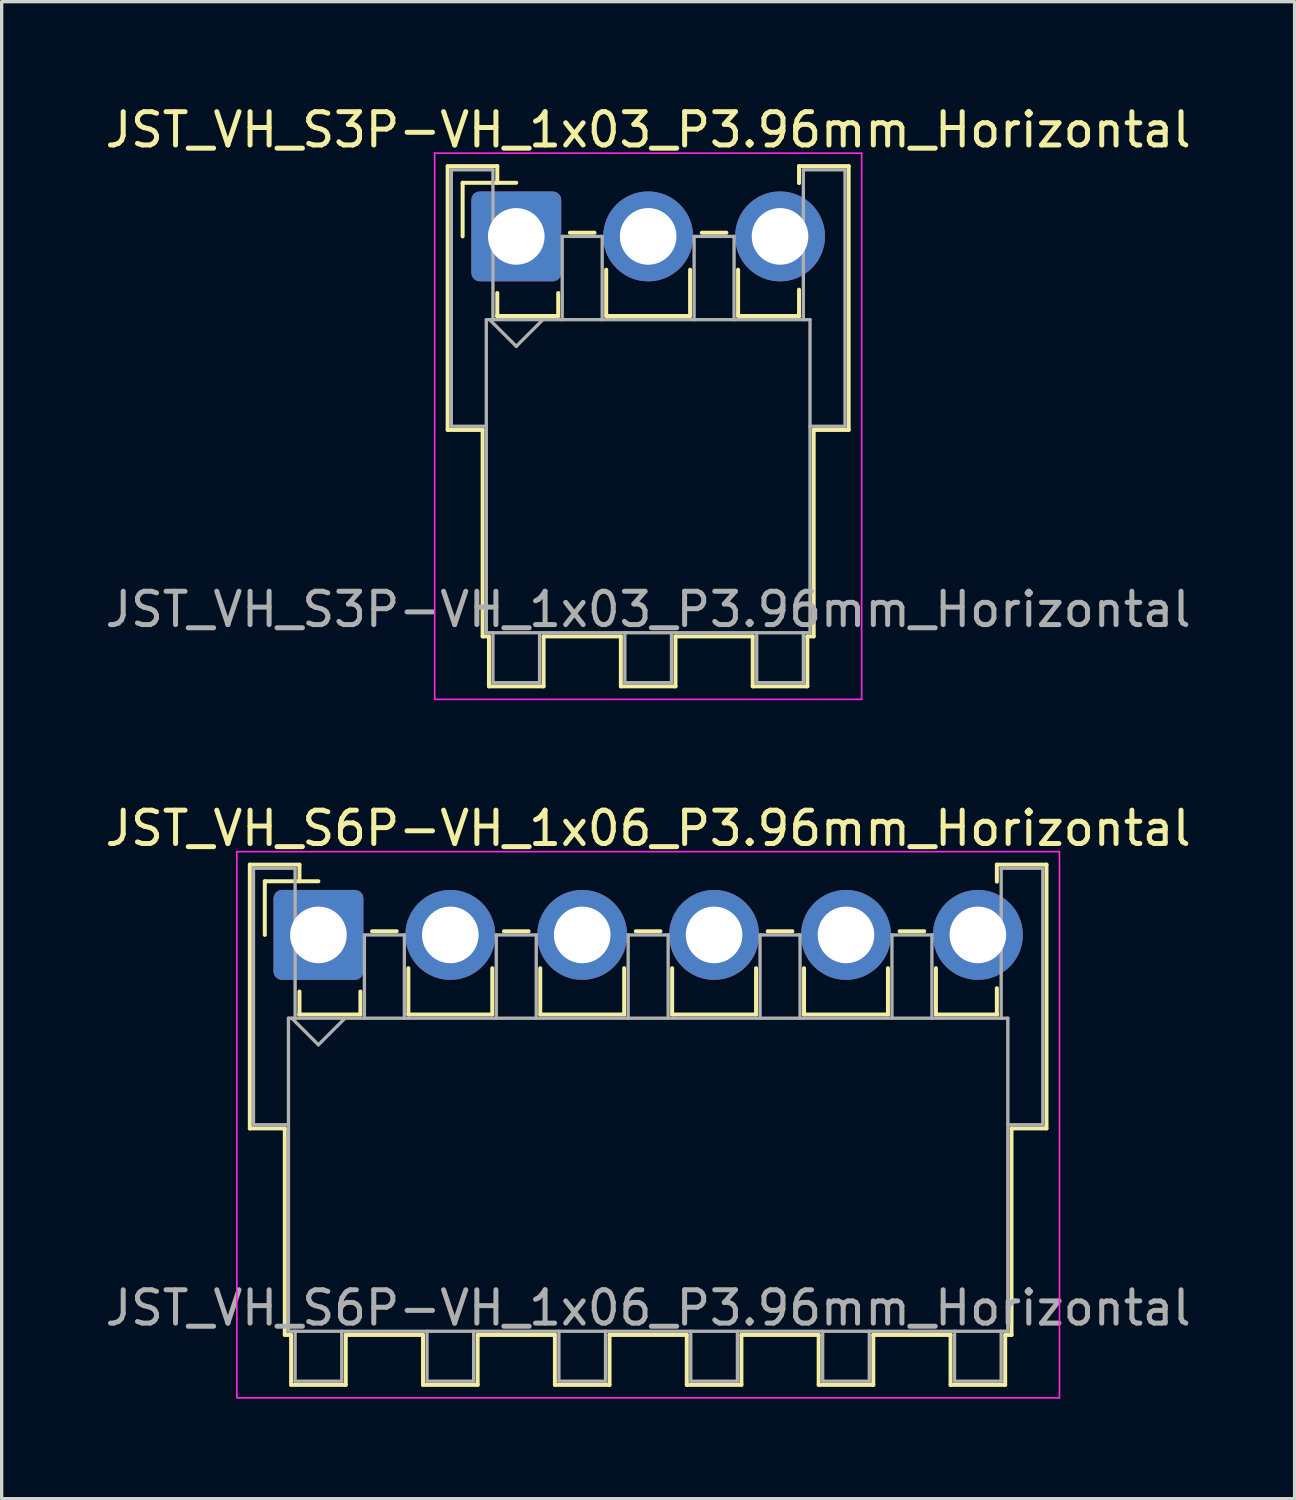
<source format=kicad_pcb>
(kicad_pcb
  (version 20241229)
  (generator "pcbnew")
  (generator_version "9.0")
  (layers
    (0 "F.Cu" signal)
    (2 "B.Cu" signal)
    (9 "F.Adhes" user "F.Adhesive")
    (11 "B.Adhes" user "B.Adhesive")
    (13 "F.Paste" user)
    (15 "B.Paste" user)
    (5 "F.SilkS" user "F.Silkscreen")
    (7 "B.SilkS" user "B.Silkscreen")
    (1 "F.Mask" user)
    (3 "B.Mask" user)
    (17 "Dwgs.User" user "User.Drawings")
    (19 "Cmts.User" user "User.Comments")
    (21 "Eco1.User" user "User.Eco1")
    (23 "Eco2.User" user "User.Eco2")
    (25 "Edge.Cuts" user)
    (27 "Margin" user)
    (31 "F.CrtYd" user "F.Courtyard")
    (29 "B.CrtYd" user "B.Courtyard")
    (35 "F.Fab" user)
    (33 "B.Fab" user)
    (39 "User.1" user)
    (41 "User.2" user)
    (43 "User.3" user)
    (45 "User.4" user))
  (footprint "JST_VH_S6P-VH_1x06_P3.96mm_Horizontal"
    (layer "F.Cu")
    (at 6.511 25.021)
    (property "Reference" "JST_VH_S6P-VH_1x06_P3.96mm_Horizontal" (at 9.9 -3.2 0) (layer "F.SilkS") (effects (font (size 1 1) (thickness 0.15))))
    (attr through_hole)
    (fp_line (start -2.06 -2.11) (end -0.57 -2.11) (stroke (width 0.12) (type solid)) (layer "F.SilkS"))
    (fp_line (start -2.06 5.81) (end -2.06 -2.11) (stroke (width 0.12) (type solid)) (layer "F.SilkS"))
    (fp_line (start -1.61 -1.61) (end -1.61 0) (stroke (width 0.12) (type solid)) (layer "F.SilkS"))
    (fp_line (start -1.01 5.81) (end -2.06 5.81) (stroke (width 0.12) (type solid)) (layer "F.SilkS"))
    (fp_line (start -1.01 5.81) (end -1.01 12.01) (stroke (width 0.12) (type solid)) (layer "F.SilkS"))
    (fp_line (start -1.01 12.01) (end -0.82 12.01) (stroke (width 0.12) (type solid)) (layer "F.SilkS"))
    (fp_line (start -0.82 12.01) (end -0.82 13.51) (stroke (width 0.12) (type solid)) (layer "F.SilkS"))
    (fp_line (start -0.82 13.51) (end 0.82 13.51) (stroke (width 0.12) (type solid)) (layer "F.SilkS"))
    (fp_line (start -0.58 2.39) (end 1.26 2.39) (stroke (width 0.12) (type solid)) (layer "F.SilkS"))
    (fp_line (start -0.57 -2.11) (end -0.57 -1.61) (stroke (width 0.12) (type solid)) (layer "F.SilkS"))
    (fp_line (start -0.57 1.7) (end -0.57 2.39) (stroke (width 0.12) (type solid)) (layer "F.SilkS"))
    (fp_line (start 0 -1.61) (end -1.61 -1.61) (stroke (width 0.12) (type solid)) (layer "F.SilkS"))
    (fp_line (start 0.82 12.01) (end 3.14 12.01) (stroke (width 0.12) (type solid)) (layer "F.SilkS"))
    (fp_line (start 0.82 13.51) (end 0.82 12.01) (stroke (width 0.12) (type solid)) (layer "F.SilkS"))
    (fp_line (start 1.26 2.39) (end 1.26 1.7) (stroke (width 0.12) (type solid)) (layer "F.SilkS"))
    (fp_line (start 1.61 -0.11) (end 2.35 -0.11) (stroke (width 0.12) (type solid)) (layer "F.SilkS"))
    (fp_line (start 2.7 1) (end 2.7 2.39) (stroke (width 0.12) (type solid)) (layer "F.SilkS"))
    (fp_line (start 2.7 2.39) (end 5.22 2.39) (stroke (width 0.12) (type solid)) (layer "F.SilkS"))
    (fp_line (start 3.14 12.01) (end 3.14 13.51) (stroke (width 0.12) (type solid)) (layer "F.SilkS"))
    (fp_line (start 3.14 13.51) (end 4.78 13.51) (stroke (width 0.12) (type solid)) (layer "F.SilkS"))
    (fp_line (start 4.78 12.01) (end 7.1 12.01) (stroke (width 0.12) (type solid)) (layer "F.SilkS"))
    (fp_line (start 4.78 13.51) (end 4.78 12.01) (stroke (width 0.12) (type solid)) (layer "F.SilkS"))
    (fp_line (start 5.22 2.39) (end 5.22 1) (stroke (width 0.12) (type solid)) (layer "F.SilkS"))
    (fp_line (start 5.57 -0.11) (end 6.31 -0.11) (stroke (width 0.12) (type solid)) (layer "F.SilkS"))
    (fp_line (start 6.66 1) (end 6.66 2.39) (stroke (width 0.12) (type solid)) (layer "F.SilkS"))
    (fp_line (start 6.66 2.39) (end 9.18 2.39) (stroke (width 0.12) (type solid)) (layer "F.SilkS"))
    (fp_line (start 7.1 12.01) (end 7.1 13.51) (stroke (width 0.12) (type solid)) (layer "F.SilkS"))
    (fp_line (start 7.1 13.51) (end 8.74 13.51) (stroke (width 0.12) (type solid)) (layer "F.SilkS"))
    (fp_line (start 8.74 12.01) (end 11.06 12.01) (stroke (width 0.12) (type solid)) (layer "F.SilkS"))
    (fp_line (start 8.74 13.51) (end 8.74 12.01) (stroke (width 0.12) (type solid)) (layer "F.SilkS"))
    (fp_line (start 9.18 2.39) (end 9.18 1) (stroke (width 0.12) (type solid)) (layer "F.SilkS"))
    (fp_line (start 9.53 -0.11) (end 10.27 -0.11) (stroke (width 0.12) (type solid)) (layer "F.SilkS"))
    (fp_line (start 10.62 1) (end 10.62 2.39) (stroke (width 0.12) (type solid)) (layer "F.SilkS"))
    (fp_line (start 10.62 2.39) (end 13.14 2.39) (stroke (width 0.12) (type solid)) (layer "F.SilkS"))
    (fp_line (start 11.06 12.01) (end 11.06 13.51) (stroke (width 0.12) (type solid)) (layer "F.SilkS"))
    (fp_line (start 11.06 13.51) (end 12.7 13.51) (stroke (width 0.12) (type solid)) (layer "F.SilkS"))
    (fp_line (start 12.7 12.01) (end 15.02 12.01) (stroke (width 0.12) (type solid)) (layer "F.SilkS"))
    (fp_line (start 12.7 13.51) (end 12.7 12.01) (stroke (width 0.12) (type solid)) (layer "F.SilkS"))
    (fp_line (start 13.14 2.39) (end 13.14 1) (stroke (width 0.12) (type solid)) (layer "F.SilkS"))
    (fp_line (start 13.49 -0.11) (end 14.23 -0.11) (stroke (width 0.12) (type solid)) (layer "F.SilkS"))
    (fp_line (start 14.58 1) (end 14.58 2.39) (stroke (width 0.12) (type solid)) (layer "F.SilkS"))
    (fp_line (start 14.58 2.39) (end 17.1 2.39) (stroke (width 0.12) (type solid)) (layer "F.SilkS"))
    (fp_line (start 15.02 12.01) (end 15.02 13.51) (stroke (width 0.12) (type solid)) (layer "F.SilkS"))
    (fp_line (start 15.02 13.51) (end 16.66 13.51) (stroke (width 0.12) (type solid)) (layer "F.SilkS"))
    (fp_line (start 16.66 12.01) (end 18.98 12.01) (stroke (width 0.12) (type solid)) (layer "F.SilkS"))
    (fp_line (start 16.66 13.51) (end 16.66 12.01) (stroke (width 0.12) (type solid)) (layer "F.SilkS"))
    (fp_line (start 17.1 2.39) (end 17.1 1) (stroke (width 0.12) (type solid)) (layer "F.SilkS"))
    (fp_line (start 17.45 -0.11) (end 18.19 -0.11) (stroke (width 0.12) (type solid)) (layer "F.SilkS"))
    (fp_line (start 18.54 1) (end 18.54 2.39) (stroke (width 0.12) (type solid)) (layer "F.SilkS"))
    (fp_line (start 18.54 2.39) (end 20.38 2.39) (stroke (width 0.12) (type solid)) (layer "F.SilkS"))
    (fp_line (start 18.98 12.01) (end 18.98 13.51) (stroke (width 0.12) (type solid)) (layer "F.SilkS"))
    (fp_line (start 18.98 13.51) (end 20.62 13.51) (stroke (width 0.12) (type solid)) (layer "F.SilkS"))
    (fp_line (start 20.37 -2.11) (end 21.86 -2.11) (stroke (width 0.12) (type solid)) (layer "F.SilkS"))
    (fp_line (start 20.37 -1.6) (end 20.37 -2.11) (stroke (width 0.12) (type solid)) (layer "F.SilkS"))
    (fp_line (start 20.37 2.39) (end 20.37 1.6) (stroke (width 0.12) (type solid)) (layer "F.SilkS"))
    (fp_line (start 20.62 12.01) (end 20.81 12.01) (stroke (width 0.12) (type solid)) (layer "F.SilkS"))
    (fp_line (start 20.62 13.51) (end 20.62 12.01) (stroke (width 0.12) (type solid)) (layer "F.SilkS"))
    (fp_line (start 20.81 12.01) (end 20.81 5.81) (stroke (width 0.12) (type solid)) (layer "F.SilkS"))
    (fp_line (start 21.86 -2.11) (end 21.86 5.81) (stroke (width 0.12) (type solid)) (layer "F.SilkS"))
    (fp_line (start 21.86 5.81) (end 20.81 5.81) (stroke (width 0.12) (type solid)) (layer "F.SilkS"))
    (fp_line (start -2.45 -2.5) (end -2.45 13.9) (stroke (width 0.05) (type solid)) (layer "F.CrtYd"))
    (fp_line (start -2.45 13.9) (end 22.25 13.9) (stroke (width 0.05) (type solid)) (layer "F.CrtYd"))
    (fp_line (start 22.25 -2.5) (end -2.45 -2.5) (stroke (width 0.05) (type solid)) (layer "F.CrtYd"))
    (fp_line (start 22.25 13.9) (end 22.25 -2.5) (stroke (width 0.05) (type solid)) (layer "F.CrtYd"))
    (fp_line (start -1.95 -2) (end -0.7 -2) (stroke (width 0.1) (type solid)) (layer "F.Fab"))
    (fp_line (start -1.95 5.7) (end -1.95 -2) (stroke (width 0.1) (type solid)) (layer "F.Fab"))
    (fp_line (start -0.9 2.5) (end -0.9 11.9) (stroke (width 0.1) (type solid)) (layer "F.Fab"))
    (fp_line (start -0.9 5.7) (end -1.95 5.7) (stroke (width 0.1) (type solid)) (layer "F.Fab"))
    (fp_line (start -0.9 11.9) (end 20.7 11.9) (stroke (width 0.1) (type solid)) (layer "F.Fab"))
    (fp_line (start -0.8 2.5) (end 0 3.3) (stroke (width 0.1) (type solid)) (layer "F.Fab"))
    (fp_line (start -0.7 -2) (end -0.7 2.5) (stroke (width 0.1) (type solid)) (layer "F.Fab"))
    (fp_line (start -0.7 11.9) (end -0.7 13.4) (stroke (width 0.1) (type solid)) (layer "F.Fab"))
    (fp_line (start -0.7 13.4) (end 0.7 13.4) (stroke (width 0.1) (type solid)) (layer "F.Fab"))
    (fp_line (start 0 3.3) (end 0.8 2.5) (stroke (width 0.1) (type solid)) (layer "F.Fab"))
    (fp_line (start 0.7 13.4) (end 0.7 11.9) (stroke (width 0.1) (type solid)) (layer "F.Fab"))
    (fp_line (start 1.38 0) (end 2.58 0) (stroke (width 0.1) (type solid)) (layer "F.Fab"))
    (fp_line (start 1.38 2.5) (end 1.38 0) (stroke (width 0.1) (type solid)) (layer "F.Fab"))
    (fp_line (start 2.58 0) (end 2.58 2.5) (stroke (width 0.1) (type solid)) (layer "F.Fab"))
    (fp_line (start 3.26 11.9) (end 3.26 13.4) (stroke (width 0.1) (type solid)) (layer "F.Fab"))
    (fp_line (start 3.26 13.4) (end 4.66 13.4) (stroke (width 0.1) (type solid)) (layer "F.Fab"))
    (fp_line (start 4.66 13.4) (end 4.66 11.9) (stroke (width 0.1) (type solid)) (layer "F.Fab"))
    (fp_line (start 5.34 0) (end 6.54 0) (stroke (width 0.1) (type solid)) (layer "F.Fab"))
    (fp_line (start 5.34 2.5) (end 5.34 0) (stroke (width 0.1) (type solid)) (layer "F.Fab"))
    (fp_line (start 6.54 0) (end 6.54 2.5) (stroke (width 0.1) (type solid)) (layer "F.Fab"))
    (fp_line (start 7.22 11.9) (end 7.22 13.4) (stroke (width 0.1) (type solid)) (layer "F.Fab"))
    (fp_line (start 7.22 13.4) (end 8.62 13.4) (stroke (width 0.1) (type solid)) (layer "F.Fab"))
    (fp_line (start 8.62 13.4) (end 8.62 11.9) (stroke (width 0.1) (type solid)) (layer "F.Fab"))
    (fp_line (start 9.3 0) (end 10.5 0) (stroke (width 0.1) (type solid)) (layer "F.Fab"))
    (fp_line (start 9.3 2.5) (end 9.3 0) (stroke (width 0.1) (type solid)) (layer "F.Fab"))
    (fp_line (start 10.5 0) (end 10.5 2.5) (stroke (width 0.1) (type solid)) (layer "F.Fab"))
    (fp_line (start 11.18 11.9) (end 11.18 13.4) (stroke (width 0.1) (type solid)) (layer "F.Fab"))
    (fp_line (start 11.18 13.4) (end 12.58 13.4) (stroke (width 0.1) (type solid)) (layer "F.Fab"))
    (fp_line (start 12.58 13.4) (end 12.58 11.9) (stroke (width 0.1) (type solid)) (layer "F.Fab"))
    (fp_line (start 13.26 0) (end 14.46 0) (stroke (width 0.1) (type solid)) (layer "F.Fab"))
    (fp_line (start 13.26 2.5) (end 13.26 0) (stroke (width 0.1) (type solid)) (layer "F.Fab"))
    (fp_line (start 14.46 0) (end 14.46 2.5) (stroke (width 0.1) (type solid)) (layer "F.Fab"))
    (fp_line (start 15.14 11.9) (end 15.14 13.4) (stroke (width 0.1) (type solid)) (layer "F.Fab"))
    (fp_line (start 15.14 13.4) (end 16.54 13.4) (stroke (width 0.1) (type solid)) (layer "F.Fab"))
    (fp_line (start 16.54 13.4) (end 16.54 11.9) (stroke (width 0.1) (type solid)) (layer "F.Fab"))
    (fp_line (start 17.22 0) (end 18.42 0) (stroke (width 0.1) (type solid)) (layer "F.Fab"))
    (fp_line (start 17.22 2.5) (end 17.22 0) (stroke (width 0.1) (type solid)) (layer "F.Fab"))
    (fp_line (start 18.42 0) (end 18.42 2.5) (stroke (width 0.1) (type solid)) (layer "F.Fab"))
    (fp_line (start 19.1 11.9) (end 19.1 13.4) (stroke (width 0.1) (type solid)) (layer "F.Fab"))
    (fp_line (start 19.1 13.4) (end 20.5 13.4) (stroke (width 0.1) (type solid)) (layer "F.Fab"))
    (fp_line (start 20.5 -2) (end 21.75 -2) (stroke (width 0.1) (type solid)) (layer "F.Fab"))
    (fp_line (start 20.5 2.5) (end 20.5 -2) (stroke (width 0.1) (type solid)) (layer "F.Fab"))
    (fp_line (start 20.5 13.4) (end 20.5 11.9) (stroke (width 0.1) (type solid)) (layer "F.Fab"))
    (fp_line (start 20.7 2.5) (end -0.9 2.5) (stroke (width 0.1) (type solid)) (layer "F.Fab"))
    (fp_line (start 20.7 11.9) (end 20.7 2.5) (stroke (width 0.1) (type solid)) (layer "F.Fab"))
    (fp_line (start 21.75 -2) (end 21.75 5.7) (stroke (width 0.1) (type solid)) (layer "F.Fab"))
    (fp_line (start 21.75 5.7) (end 20.7 5.7) (stroke (width 0.1) (type solid)) (layer "F.Fab"))
    (fp_text user "${REFERENCE}" (at 9.9 11.2 0) (layer "F.Fab") (effects (font (size 1 1) (thickness 0.15))))
    (pad "1" thru_hole roundrect (at 0 0) (size 2.7 2.7) (drill 1.7) (layers "*.Cu" "*.Mask") (roundrect_rratio 0.093))
    (pad "2" thru_hole circle (at 3.96 0) (size 2.7 2.7) (drill 1.7) (layers "*.Cu" "*.Mask"))
    (pad "3" thru_hole circle (at 7.92 0) (size 2.7 2.7) (drill 1.7) (layers "*.Cu" "*.Mask"))
    (pad "4" thru_hole circle (at 11.88 0) (size 2.7 2.7) (drill 1.7) (layers "*.Cu" "*.Mask"))
    (pad "5" thru_hole circle (at 15.84 0) (size 2.7 2.7) (drill 1.7) (layers "*.Cu" "*.Mask"))
    (pad "6" thru_hole circle (at 19.8 0) (size 2.7 2.7) (drill 1.7) (layers "*.Cu" "*.Mask")))
  (footprint "JST_VH_S3P-VH_1x03_P3.96mm_Horizontal"
    (layer "F.Cu")
    (at 12.451 4.048)
    (property "Reference" "JST_VH_S3P-VH_1x03_P3.96mm_Horizontal" (at 3.96 -3.2 0) (layer "F.SilkS") (effects (font (size 1 1) (thickness 0.15))))
    (attr through_hole)
    (fp_line (start -2.06 -2.11) (end -0.57 -2.11) (stroke (width 0.12) (type solid)) (layer "F.SilkS"))
    (fp_line (start -2.06 5.81) (end -2.06 -2.11) (stroke (width 0.12) (type solid)) (layer "F.SilkS"))
    (fp_line (start -1.61 -1.61) (end -1.61 0) (stroke (width 0.12) (type solid)) (layer "F.SilkS"))
    (fp_line (start -1.01 5.81) (end -2.06 5.81) (stroke (width 0.12) (type solid)) (layer "F.SilkS"))
    (fp_line (start -1.01 5.81) (end -1.01 12.01) (stroke (width 0.12) (type solid)) (layer "F.SilkS"))
    (fp_line (start -1.01 12.01) (end -0.82 12.01) (stroke (width 0.12) (type solid)) (layer "F.SilkS"))
    (fp_line (start -0.82 12.01) (end -0.82 13.51) (stroke (width 0.12) (type solid)) (layer "F.SilkS"))
    (fp_line (start -0.82 13.51) (end 0.82 13.51) (stroke (width 0.12) (type solid)) (layer "F.SilkS"))
    (fp_line (start -0.58 2.39) (end 1.26 2.39) (stroke (width 0.12) (type solid)) (layer "F.SilkS"))
    (fp_line (start -0.57 -2.11) (end -0.57 -1.61) (stroke (width 0.12) (type solid)) (layer "F.SilkS"))
    (fp_line (start -0.57 1.7) (end -0.57 2.39) (stroke (width 0.12) (type solid)) (layer "F.SilkS"))
    (fp_line (start 0 -1.61) (end -1.61 -1.61) (stroke (width 0.12) (type solid)) (layer "F.SilkS"))
    (fp_line (start 0.82 12.01) (end 3.14 12.01) (stroke (width 0.12) (type solid)) (layer "F.SilkS"))
    (fp_line (start 0.82 13.51) (end 0.82 12.01) (stroke (width 0.12) (type solid)) (layer "F.SilkS"))
    (fp_line (start 1.26 2.39) (end 1.26 1.7) (stroke (width 0.12) (type solid)) (layer "F.SilkS"))
    (fp_line (start 1.61 -0.11) (end 2.35 -0.11) (stroke (width 0.12) (type solid)) (layer "F.SilkS"))
    (fp_line (start 2.7 1) (end 2.7 2.39) (stroke (width 0.12) (type solid)) (layer "F.SilkS"))
    (fp_line (start 2.7 2.39) (end 5.22 2.39) (stroke (width 0.12) (type solid)) (layer "F.SilkS"))
    (fp_line (start 3.14 12.01) (end 3.14 13.51) (stroke (width 0.12) (type solid)) (layer "F.SilkS"))
    (fp_line (start 3.14 13.51) (end 4.78 13.51) (stroke (width 0.12) (type solid)) (layer "F.SilkS"))
    (fp_line (start 4.78 12.01) (end 7.1 12.01) (stroke (width 0.12) (type solid)) (layer "F.SilkS"))
    (fp_line (start 4.78 13.51) (end 4.78 12.01) (stroke (width 0.12) (type solid)) (layer "F.SilkS"))
    (fp_line (start 5.22 2.39) (end 5.22 1) (stroke (width 0.12) (type solid)) (layer "F.SilkS"))
    (fp_line (start 5.57 -0.11) (end 6.31 -0.11) (stroke (width 0.12) (type solid)) (layer "F.SilkS"))
    (fp_line (start 6.66 1) (end 6.66 2.39) (stroke (width 0.12) (type solid)) (layer "F.SilkS"))
    (fp_line (start 6.66 2.39) (end 8.5 2.39) (stroke (width 0.12) (type solid)) (layer "F.SilkS"))
    (fp_line (start 7.1 12.01) (end 7.1 13.51) (stroke (width 0.12) (type solid)) (layer "F.SilkS"))
    (fp_line (start 7.1 13.51) (end 8.74 13.51) (stroke (width 0.12) (type solid)) (layer "F.SilkS"))
    (fp_line (start 8.49 -2.11) (end 9.98 -2.11) (stroke (width 0.12) (type solid)) (layer "F.SilkS"))
    (fp_line (start 8.49 -1.6) (end 8.49 -2.11) (stroke (width 0.12) (type solid)) (layer "F.SilkS"))
    (fp_line (start 8.49 2.39) (end 8.49 1.6) (stroke (width 0.12) (type solid)) (layer "F.SilkS"))
    (fp_line (start 8.74 12.01) (end 8.93 12.01) (stroke (width 0.12) (type solid)) (layer "F.SilkS"))
    (fp_line (start 8.74 13.51) (end 8.74 12.01) (stroke (width 0.12) (type solid)) (layer "F.SilkS"))
    (fp_line (start 8.93 12.01) (end 8.93 5.81) (stroke (width 0.12) (type solid)) (layer "F.SilkS"))
    (fp_line (start 9.98 -2.11) (end 9.98 5.81) (stroke (width 0.12) (type solid)) (layer "F.SilkS"))
    (fp_line (start 9.98 5.81) (end 8.93 5.81) (stroke (width 0.12) (type solid)) (layer "F.SilkS"))
    (fp_line (start -2.45 -2.5) (end -2.45 13.9) (stroke (width 0.05) (type solid)) (layer "F.CrtYd"))
    (fp_line (start -2.45 13.9) (end 10.37 13.9) (stroke (width 0.05) (type solid)) (layer "F.CrtYd"))
    (fp_line (start 10.37 -2.5) (end -2.45 -2.5) (stroke (width 0.05) (type solid)) (layer "F.CrtYd"))
    (fp_line (start 10.37 13.9) (end 10.37 -2.5) (stroke (width 0.05) (type solid)) (layer "F.CrtYd"))
    (fp_line (start -1.95 -2) (end -0.7 -2) (stroke (width 0.1) (type solid)) (layer "F.Fab"))
    (fp_line (start -1.95 5.7) (end -1.95 -2) (stroke (width 0.1) (type solid)) (layer "F.Fab"))
    (fp_line (start -0.9 2.5) (end -0.9 11.9) (stroke (width 0.1) (type solid)) (layer "F.Fab"))
    (fp_line (start -0.9 5.7) (end -1.95 5.7) (stroke (width 0.1) (type solid)) (layer "F.Fab"))
    (fp_line (start -0.9 11.9) (end 8.82 11.9) (stroke (width 0.1) (type solid)) (layer "F.Fab"))
    (fp_line (start -0.8 2.5) (end 0 3.3) (stroke (width 0.1) (type solid)) (layer "F.Fab"))
    (fp_line (start -0.7 -2) (end -0.7 2.5) (stroke (width 0.1) (type solid)) (layer "F.Fab"))
    (fp_line (start -0.7 11.9) (end -0.7 13.4) (stroke (width 0.1) (type solid)) (layer "F.Fab"))
    (fp_line (start -0.7 13.4) (end 0.7 13.4) (stroke (width 0.1) (type solid)) (layer "F.Fab"))
    (fp_line (start 0 3.3) (end 0.8 2.5) (stroke (width 0.1) (type solid)) (layer "F.Fab"))
    (fp_line (start 0.7 13.4) (end 0.7 11.9) (stroke (width 0.1) (type solid)) (layer "F.Fab"))
    (fp_line (start 1.38 0) (end 2.58 0) (stroke (width 0.1) (type solid)) (layer "F.Fab"))
    (fp_line (start 1.38 2.5) (end 1.38 0) (stroke (width 0.1) (type solid)) (layer "F.Fab"))
    (fp_line (start 2.58 0) (end 2.58 2.5) (stroke (width 0.1) (type solid)) (layer "F.Fab"))
    (fp_line (start 3.26 11.9) (end 3.26 13.4) (stroke (width 0.1) (type solid)) (layer "F.Fab"))
    (fp_line (start 3.26 13.4) (end 4.66 13.4) (stroke (width 0.1) (type solid)) (layer "F.Fab"))
    (fp_line (start 4.66 13.4) (end 4.66 11.9) (stroke (width 0.1) (type solid)) (layer "F.Fab"))
    (fp_line (start 5.34 0) (end 6.54 0) (stroke (width 0.1) (type solid)) (layer "F.Fab"))
    (fp_line (start 5.34 2.5) (end 5.34 0) (stroke (width 0.1) (type solid)) (layer "F.Fab"))
    (fp_line (start 6.54 0) (end 6.54 2.5) (stroke (width 0.1) (type solid)) (layer "F.Fab"))
    (fp_line (start 7.22 11.9) (end 7.22 13.4) (stroke (width 0.1) (type solid)) (layer "F.Fab"))
    (fp_line (start 7.22 13.4) (end 8.62 13.4) (stroke (width 0.1) (type solid)) (layer "F.Fab"))
    (fp_line (start 8.62 -2) (end 9.87 -2) (stroke (width 0.1) (type solid)) (layer "F.Fab"))
    (fp_line (start 8.62 2.5) (end 8.62 -2) (stroke (width 0.1) (type solid)) (layer "F.Fab"))
    (fp_line (start 8.62 13.4) (end 8.62 11.9) (stroke (width 0.1) (type solid)) (layer "F.Fab"))
    (fp_line (start 8.82 2.5) (end -0.9 2.5) (stroke (width 0.1) (type solid)) (layer "F.Fab"))
    (fp_line (start 8.82 11.9) (end 8.82 2.5) (stroke (width 0.1) (type solid)) (layer "F.Fab"))
    (fp_line (start 9.87 -2) (end 9.87 5.7) (stroke (width 0.1) (type solid)) (layer "F.Fab"))
    (fp_line (start 9.87 5.7) (end 8.82 5.7) (stroke (width 0.1) (type solid)) (layer "F.Fab"))
    (fp_text user "${REFERENCE}" (at 3.96 11.2 0) (layer "F.Fab") (effects (font (size 1 1) (thickness 0.15))))
    (pad "1" thru_hole roundrect (at 0 0) (size 2.7 2.7) (drill 1.7) (layers "*.Cu" "*.Mask") (roundrect_rratio 0.093))
    (pad "2" thru_hole circle (at 3.96 0) (size 2.7 2.7) (drill 1.7) (layers "*.Cu" "*.Mask"))
    (pad "3" thru_hole circle (at 7.92 0) (size 2.7 2.7) (drill 1.7) (layers "*.Cu" "*.Mask")))
  (gr_rect
    (start -3 -3)
    (end 35.821 41.947)
    (stroke (width 0.1) (type default))
    (fill no)
    (layer "Edge.Cuts")))
</source>
